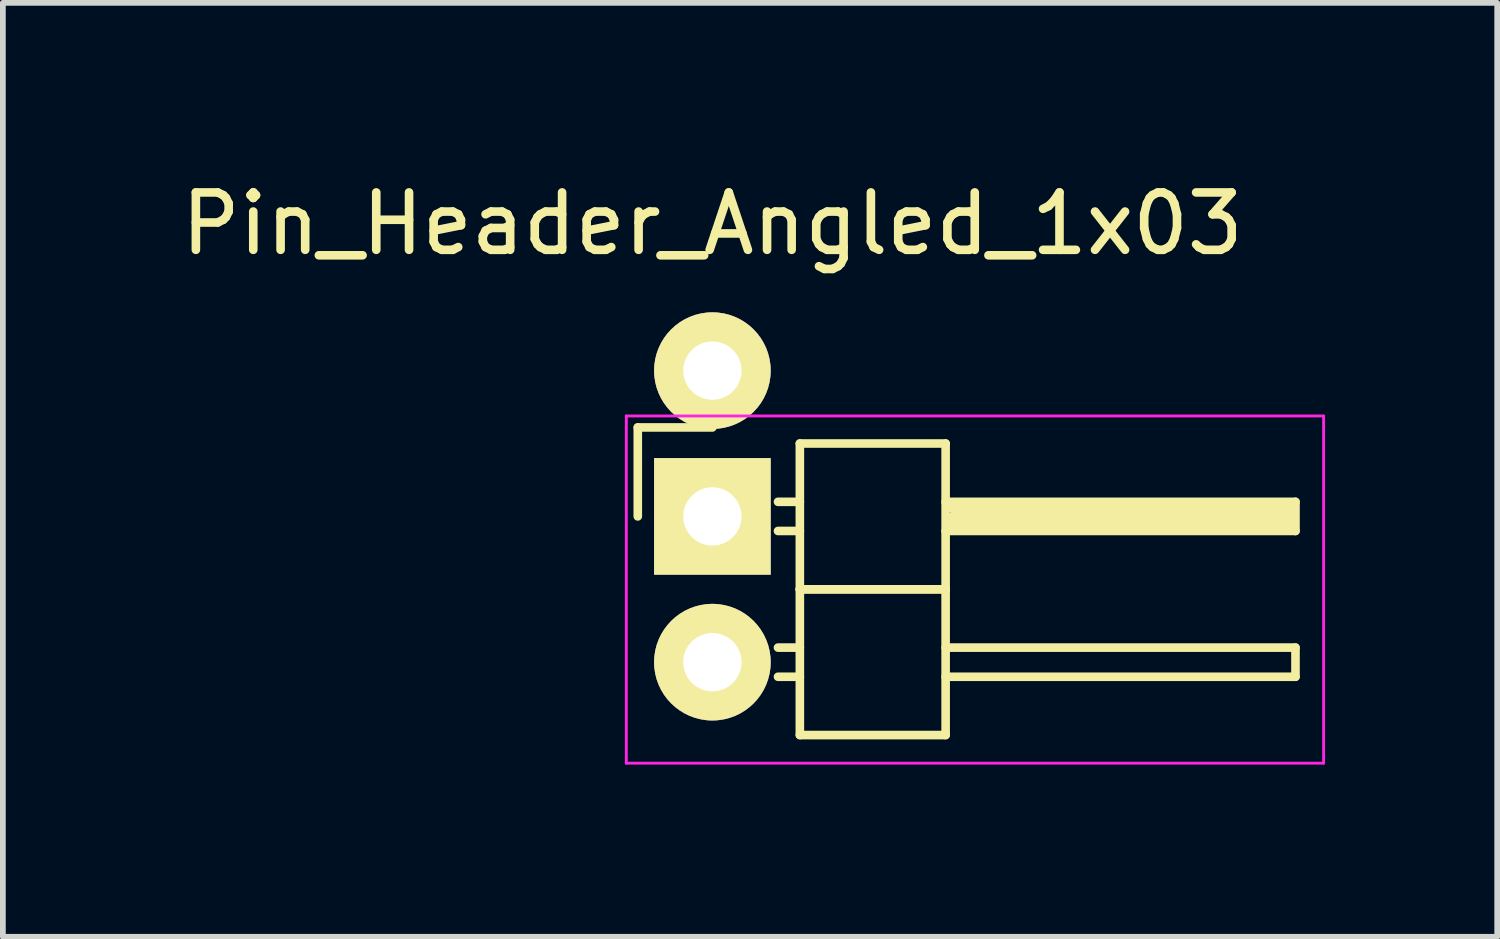
<source format=kicad_pcb>
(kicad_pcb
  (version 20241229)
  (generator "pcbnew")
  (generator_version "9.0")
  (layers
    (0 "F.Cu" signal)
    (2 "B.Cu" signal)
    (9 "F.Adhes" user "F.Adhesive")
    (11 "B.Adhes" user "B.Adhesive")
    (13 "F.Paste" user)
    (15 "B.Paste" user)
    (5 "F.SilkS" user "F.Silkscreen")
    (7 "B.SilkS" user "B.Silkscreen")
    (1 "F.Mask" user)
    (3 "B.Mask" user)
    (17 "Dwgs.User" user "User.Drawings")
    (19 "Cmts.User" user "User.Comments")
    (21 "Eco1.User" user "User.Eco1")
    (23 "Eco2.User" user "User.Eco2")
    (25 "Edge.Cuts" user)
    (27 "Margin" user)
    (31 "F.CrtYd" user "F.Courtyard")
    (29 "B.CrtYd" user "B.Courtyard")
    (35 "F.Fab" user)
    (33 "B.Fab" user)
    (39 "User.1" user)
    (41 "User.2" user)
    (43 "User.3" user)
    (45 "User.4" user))
  (footprint "Pin_Header_Angled_1x03"
    (placed yes)
    (layer "F.Cu")
    (at 9.363 5.948)
    (property "Reference" "Pin_Header_Angled_1x03" (at 0 -5.1 0) (layer "F.SilkS") (effects (font (size 1 1) (thickness 0.15))))
    (attr through_hole)
    (fp_line (start -1.3 -1.55) (end -1.3 0) (stroke (width 0.15) (type solid)) (layer "F.SilkS"))
    (fp_line (start 0 -1.55) (end -1.3 -1.55) (stroke (width 0.15) (type solid)) (layer "F.SilkS"))
    (fp_line (start 1.524 -1.27) (end 1.524 1.27) (stroke (width 0.15) (type solid)) (layer "F.SilkS"))
    (fp_line (start 1.524 -1.27) (end 4.064 -1.27) (stroke (width 0.15) (type solid)) (layer "F.SilkS"))
    (fp_line (start 1.524 -0.254) (end 1.143 -0.254) (stroke (width 0.15) (type solid)) (layer "F.SilkS"))
    (fp_line (start 1.524 0.254) (end 1.143 0.254) (stroke (width 0.15) (type solid)) (layer "F.SilkS"))
    (fp_line (start 1.524 1.27) (end 1.524 3.81) (stroke (width 0.15) (type solid)) (layer "F.SilkS"))
    (fp_line (start 1.524 1.27) (end 4.064 1.27) (stroke (width 0.15) (type solid)) (layer "F.SilkS"))
    (fp_line (start 1.524 1.27) (end 4.064 1.27) (stroke (width 0.15) (type solid)) (layer "F.SilkS"))
    (fp_line (start 1.524 2.286) (end 1.143 2.286) (stroke (width 0.15) (type solid)) (layer "F.SilkS"))
    (fp_line (start 1.524 2.794) (end 1.143 2.794) (stroke (width 0.15) (type solid)) (layer "F.SilkS"))
    (fp_line (start 1.524 3.81) (end 4.064 3.81) (stroke (width 0.15) (type solid)) (layer "F.SilkS"))
    (fp_line (start 4.064 -0.254) (end 10.16 -0.254) (stroke (width 0.15) (type solid)) (layer "F.SilkS"))
    (fp_line (start 4.064 1.27) (end 4.064 -1.27) (stroke (width 0.15) (type solid)) (layer "F.SilkS"))
    (fp_line (start 4.064 2.286) (end 10.16 2.286) (stroke (width 0.15) (type solid)) (layer "F.SilkS"))
    (fp_line (start 4.064 3.81) (end 4.064 1.27) (stroke (width 0.15) (type solid)) (layer "F.SilkS"))
    (fp_line (start 4.191 -0.127) (end 10.033 -0.127) (stroke (width 0.15) (type solid)) (layer "F.SilkS"))
    (fp_line (start 4.191 0) (end 10.033 0) (stroke (width 0.15) (type solid)) (layer "F.SilkS"))
    (fp_line (start 4.191 0.127) (end 4.191 0) (stroke (width 0.15) (type solid)) (layer "F.SilkS"))
    (fp_line (start 10.033 -0.127) (end 10.033 0.127) (stroke (width 0.15) (type solid)) (layer "F.SilkS"))
    (fp_line (start 10.033 0.127) (end 4.191 0.127) (stroke (width 0.15) (type solid)) (layer "F.SilkS"))
    (fp_line (start 10.16 -0.254) (end 10.16 0.254) (stroke (width 0.15) (type solid)) (layer "F.SilkS"))
    (fp_line (start 10.16 0.254) (end 4.064 0.254) (stroke (width 0.15) (type solid)) (layer "F.SilkS"))
    (fp_line (start 10.16 2.286) (end 10.16 2.794) (stroke (width 0.15) (type solid)) (layer "F.SilkS"))
    (fp_line (start 10.16 2.794) (end 4.064 2.794) (stroke (width 0.15) (type solid)) (layer "F.SilkS"))
    (fp_line (start -1.5 -1.75) (end -1.5 4.3) (stroke (width 0.05) (type solid)) (layer "F.CrtYd"))
    (fp_line (start -1.5 -1.75) (end 10.65 -1.75) (stroke (width 0.05) (type solid)) (layer "F.CrtYd"))
    (fp_line (start -1.5 4.3) (end 10.65 4.3) (stroke (width 0.05) (type solid)) (layer "F.CrtYd"))
    (fp_line (start 10.65 -1.75) (end 10.65 4.3) (stroke (width 0.05) (type solid)) (layer "F.CrtYd"))
    (pad "1" thru_hole rect (at 0 0) (size 2.032 2.032) (drill 1.016) (layers "*.Cu" "*.Mask" "F.SilkS"))
    (pad "2" thru_hole oval (at 0 -2.54) (size 2.032 2.032) (drill 1.016) (layers "*.Cu" "*.Mask" "F.SilkS"))
    (pad "2" thru_hole oval (at 0 2.54) (size 2.032 2.032) (drill 1.016) (layers "*.Cu" "*.Mask" "F.SilkS")))
  (gr_rect
    (start -3 -3)
    (end 23.038 13.273)
    (stroke (width 0.1) (type default))
    (fill no)
    (layer "Edge.Cuts")))
</source>
